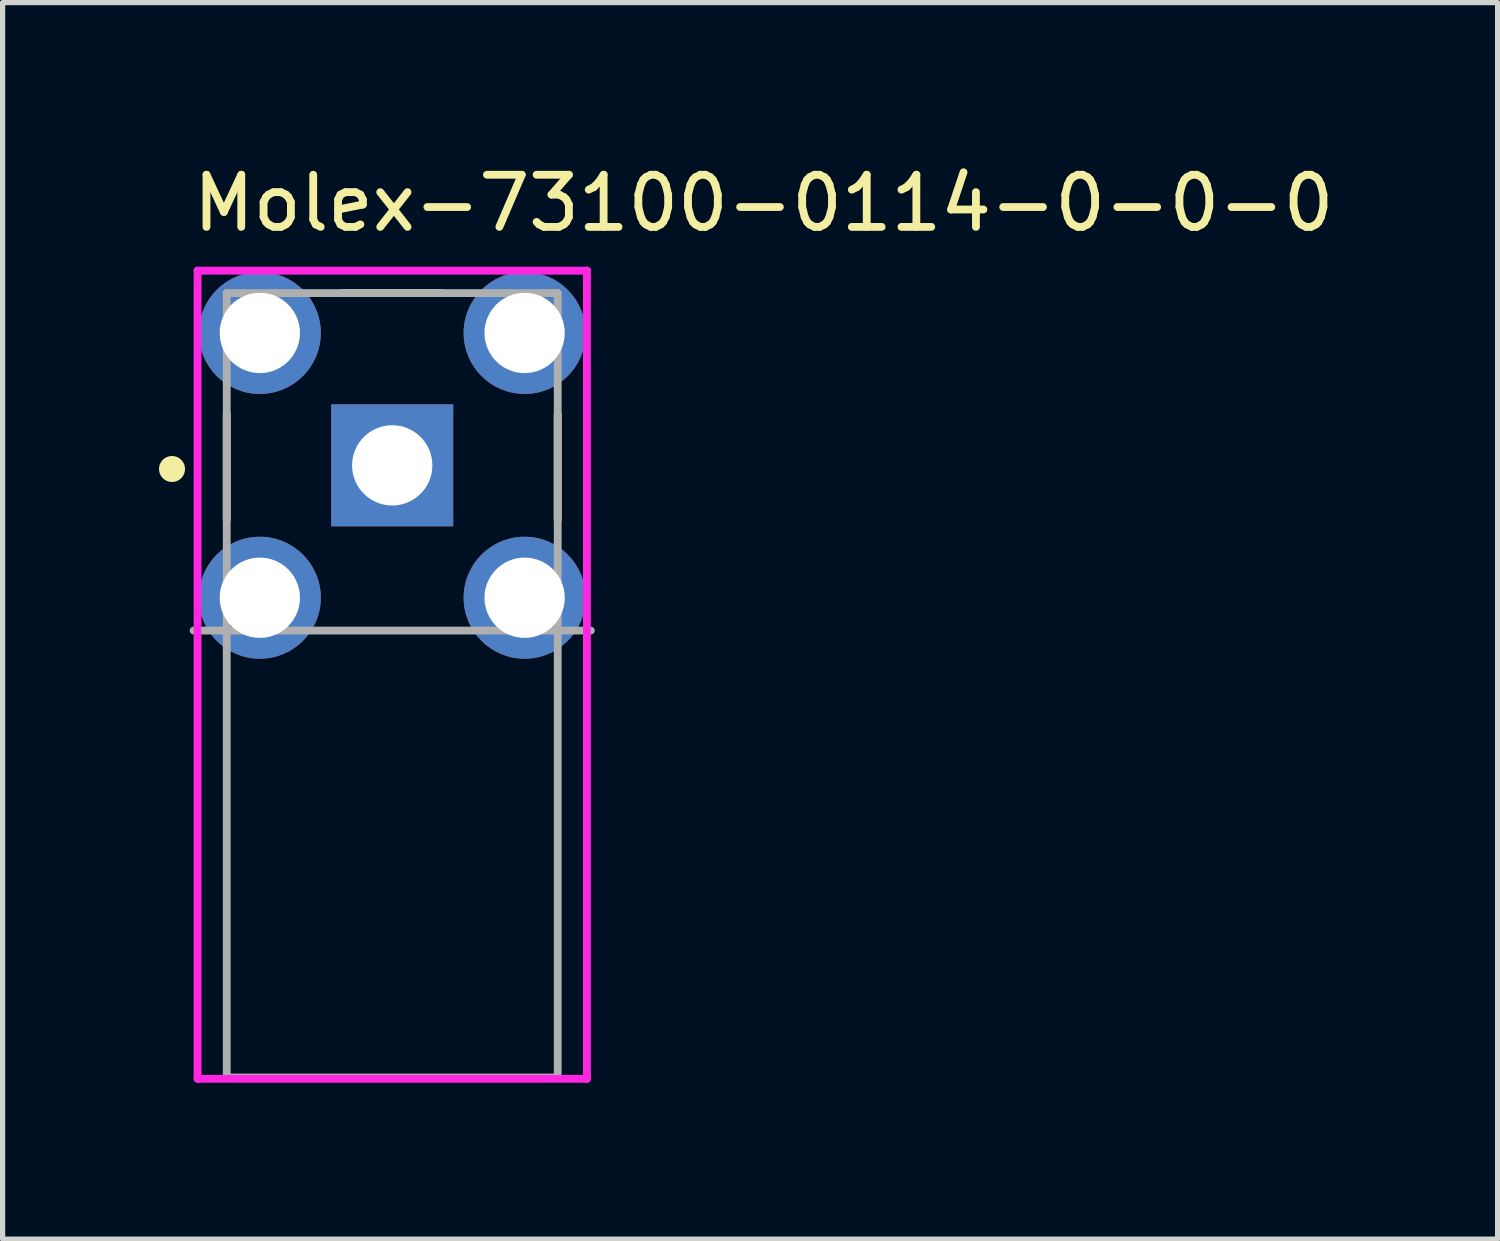
<source format=kicad_pcb>
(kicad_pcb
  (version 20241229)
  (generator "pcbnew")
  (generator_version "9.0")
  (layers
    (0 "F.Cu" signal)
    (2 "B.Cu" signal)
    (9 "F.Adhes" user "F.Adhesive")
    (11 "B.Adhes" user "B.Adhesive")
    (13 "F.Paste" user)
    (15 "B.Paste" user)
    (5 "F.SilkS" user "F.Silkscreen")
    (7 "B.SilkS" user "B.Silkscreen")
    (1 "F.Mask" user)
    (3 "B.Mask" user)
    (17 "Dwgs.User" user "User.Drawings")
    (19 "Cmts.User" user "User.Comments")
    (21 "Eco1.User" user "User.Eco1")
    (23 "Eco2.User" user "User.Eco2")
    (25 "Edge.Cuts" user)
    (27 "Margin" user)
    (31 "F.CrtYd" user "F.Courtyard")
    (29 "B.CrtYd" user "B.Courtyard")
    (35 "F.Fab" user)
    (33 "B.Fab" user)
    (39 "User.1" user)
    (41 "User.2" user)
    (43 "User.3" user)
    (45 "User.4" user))
  (footprint "Molex-73100-0114-0-0-0"
    (layer "F.Cu")
    (at 4.475 10.098)
    (property "Reference" "Molex-73100-0114-0-0-0" (at -3.9 -9.25 0) (layer "F.SilkS") (effects (font (size 1 1) (thickness 0.15)) (justify left)))
    (attr through_hole)
    (fp_line (start -3.175 -3.175) (end -3.175 -5.2) (stroke (width 0.15) (type solid)) (layer "F.SilkS"))
    (fp_line (start 0.95 -7.525) (end -0.95 -7.525) (stroke (width 0.15) (type solid)) (layer "F.SilkS"))
    (fp_line (start 3.175 -3.175) (end 3.175 -5.2) (stroke (width 0.15) (type solid)) (layer "F.SilkS"))
    (fp_circle (center -4.225 -4.15) (end -4.1 -4.15) (stroke (width 0.25) (type solid)) (fill no) (layer "F.SilkS"))
    (fp_line (start -3.735 -7.955) (end -3.735 7.55) (stroke (width 0.15) (type solid)) (layer "F.CrtYd"))
    (fp_line (start -3.735 7.55) (end 3.735 7.55) (stroke (width 0.15) (type solid)) (layer "F.CrtYd"))
    (fp_line (start 3.735 -7.955) (end -3.735 -7.955) (stroke (width 0.15) (type solid)) (layer "F.CrtYd"))
    (fp_line (start 3.735 -7.955) (end 3.735 -7.955) (stroke (width 0.15) (type solid)) (layer "F.CrtYd"))
    (fp_line (start 3.735 7.55) (end 3.735 -7.955) (stroke (width 0.15) (type solid)) (layer "F.CrtYd"))
    (fp_line (start -3.175 -7.525) (end 3.175 -7.525) (stroke (width 0.15) (type solid)) (layer "F.Fab"))
    (fp_line (start -3.175 7.525) (end -3.175 -7.525) (stroke (width 0.15) (type solid)) (layer "F.Fab"))
    (fp_line (start 3.175 -7.525) (end 3.175 7.525) (stroke (width 0.15) (type solid)) (layer "F.Fab"))
    (fp_line (start 3.175 7.525) (end -3.175 7.525) (stroke (width 0.15) (type solid)) (layer "F.Fab"))
    (fp_line (start 3.81 -1.05) (end -3.81 -1.05) (stroke (width 0.15) (type solid)) (layer "F.Fab"))
    (pad "1" thru_hole rect (at 0 -4.22) (size 2.34 2.34) (drill 1.54) (layers "*.Cu" "*.Mask"))
    (pad "2" thru_hole circle (at -2.54 -6.76) (size 2.34 2.34) (drill 1.54) (layers "*.Cu" "*.Mask"))
    (pad "3" thru_hole circle (at 2.54 -6.76) (size 2.34 2.34) (drill 1.54) (layers "*.Cu" "*.Mask"))
    (pad "4" thru_hole circle (at -2.54 -1.68) (size 2.34 2.34) (drill 1.54) (layers "*.Cu" "*.Mask"))
    (pad "5" thru_hole circle (at 2.54 -1.68) (size 2.34 2.34) (drill 1.54) (layers "*.Cu" "*.Mask")))
  (gr_rect
    (start -3 -3)
    (end 25.682 20.723)
    (stroke (width 0.1) (type default))
    (fill no)
    (layer "Edge.Cuts")))
</source>
